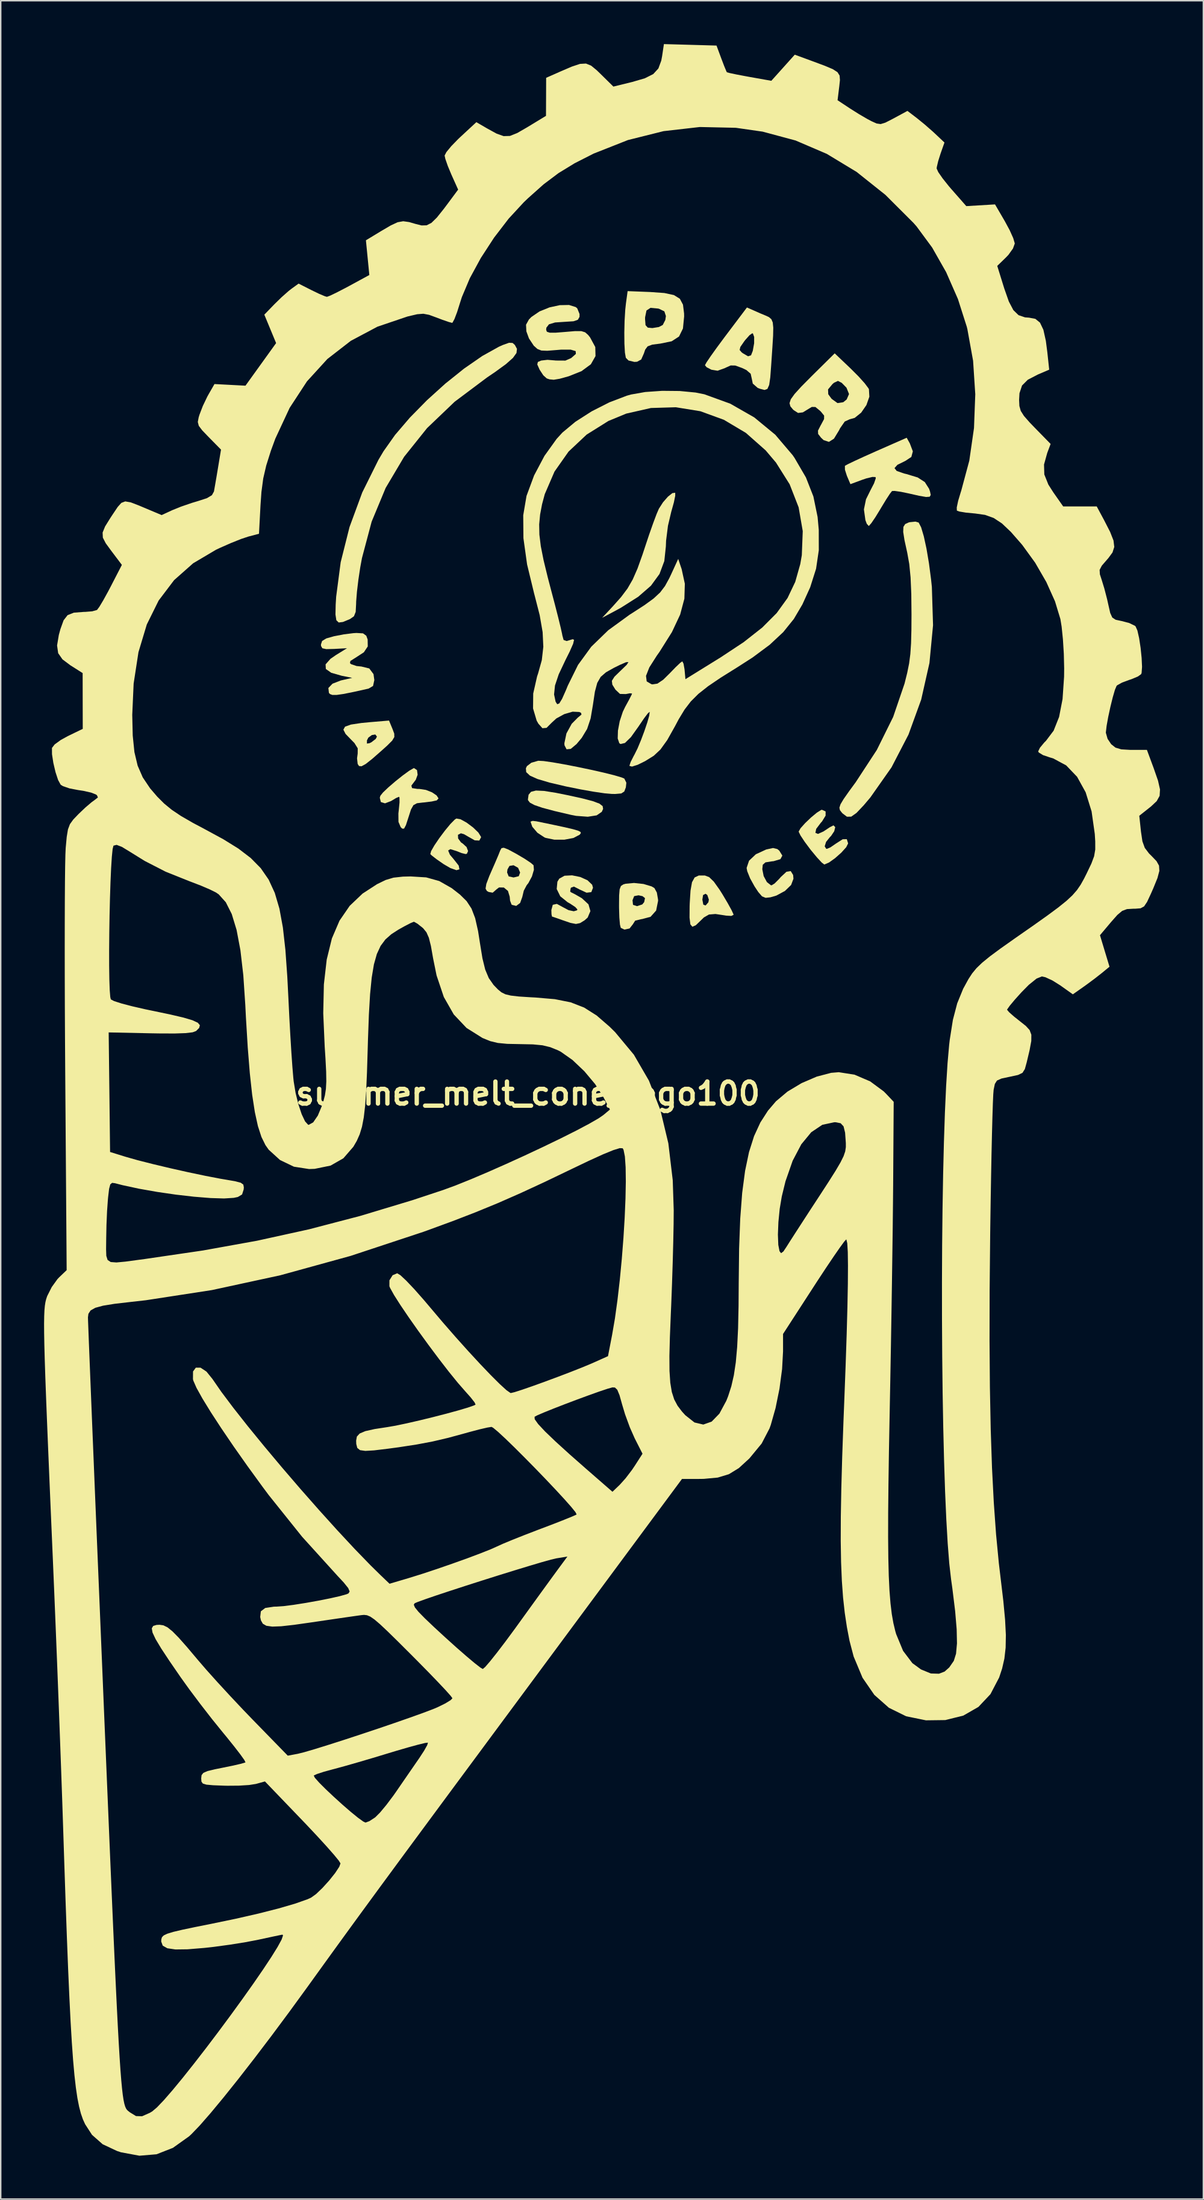
<source format=kicad_pcb>
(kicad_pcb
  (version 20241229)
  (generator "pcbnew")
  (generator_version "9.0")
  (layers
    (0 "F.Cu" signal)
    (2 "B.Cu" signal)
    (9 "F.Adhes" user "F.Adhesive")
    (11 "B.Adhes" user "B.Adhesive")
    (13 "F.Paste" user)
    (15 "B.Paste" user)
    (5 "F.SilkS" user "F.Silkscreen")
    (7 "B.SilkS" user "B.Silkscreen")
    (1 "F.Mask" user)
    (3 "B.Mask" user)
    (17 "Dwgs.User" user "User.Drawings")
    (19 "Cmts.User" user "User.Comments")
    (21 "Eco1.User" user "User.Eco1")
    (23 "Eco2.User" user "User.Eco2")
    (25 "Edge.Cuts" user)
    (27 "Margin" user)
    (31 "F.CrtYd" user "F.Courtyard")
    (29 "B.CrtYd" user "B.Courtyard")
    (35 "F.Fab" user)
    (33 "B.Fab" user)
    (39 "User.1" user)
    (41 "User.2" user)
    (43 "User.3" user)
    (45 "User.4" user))
  (footprint "summer_melt_cone_logo100"
    (layer "F.Cu")
    (at 33.48 72.609)
    (property "Reference" "summer_melt_cone_logo100" (at 0 0 0) (layer "F.SilkS") (effects (font (size 1.524 1.524) (thickness 0.3))))
    (attr board_only exclude_from_pos_files exclude_from_bom)
    (fp_poly (pts (xy 0.585 -18.838) (xy 1.727 -18.602) (xy 2.559 -18.424) (xy 3.126 -18.291) (xy 3.47 -18.19) (xy 3.635 -18.106) (xy 3.664 -18.026) (xy 3.602 -17.937) (xy 3.575 -17.909) (xy 3.151 -17.685) (xy 2.523 -17.567) (xy 1.833 -17.566) (xy 1.225 -17.692) (xy 1.14 -17.727) (xy 0.656 -18.047) (xy 0.301 -18.463) (xy 0.18 -18.816) (xy 0.329 -18.867)) (stroke (width 0) (type solid)) (fill yes) (layer "F.SilkS"))
    (fp_poly (pts (xy 1.112 -20.94) (xy 1.935 -20.809) (xy 2.726 -20.65) (xy 3.767 -20.422) (xy 4.493 -20.232) (xy 4.947 -20.062) (xy 5.17 -19.889) (xy 5.203 -19.696) (xy 5.112 -19.495) (xy 4.759 -19.25) (xy 4.145 -19.154) (xy 3.339 -19.214) (xy 2.972 -19.285) (xy 1.833 -19.552) (xy 1.008 -19.772) (xy 0.456 -19.96) (xy 0.136 -20.13) (xy 0.007 -20.298) (xy 0 -20.354) (xy 0.046 -20.678) (xy 0.215 -20.88) (xy 0.555 -20.966)) (stroke (width 0) (type solid)) (fill yes) (layer "F.SilkS"))
    (fp_poly (pts (xy 1.086 -23.007) (xy 1.71 -22.918) (xy 2.517 -22.777) (xy 3.427 -22.6) (xy 4.358 -22.405) (xy 5.232 -22.208) (xy 5.967 -22.025) (xy 6.483 -21.873) (xy 6.671 -21.794) (xy 6.811 -21.509) (xy 6.776 -21.186) (xy 6.668 -20.9) (xy 6.46 -20.765) (xy 6.043 -20.729) (xy 5.806 -20.732) (xy 5.3 -20.776) (xy 4.543 -20.887) (xy 3.637 -21.047) (xy 2.682 -21.24) (xy 2.642 -21.248) (xy 1.491 -21.518) (xy 0.667 -21.763) (xy 0.141 -21.998) (xy -0.119 -22.24) (xy -0.141 -22.505) (xy -0.069 -22.656) (xy 0.236 -22.89) (xy 0.706 -23.025) (xy 0.725 -23.027)) (stroke (width 0) (type solid)) (fill yes) (layer "F.SilkS"))
    (fp_poly (pts (xy 10.193 -41.359) (xy 10.1 -40.904) (xy 9.932 -40.299) (xy 9.92 -40.26) (xy 9.69 -39.282) (xy 9.56 -38.25) (xy 9.545 -37.856) (xy 9.438 -36.841) (xy 9.105 -35.949) (xy 8.514 -35.139) (xy 7.635 -34.375) (xy 6.437 -33.615) (xy 6.043 -33.4) (xy 5.134 -32.916) (xy 5.872 -33.707) (xy 6.446 -34.352) (xy 6.89 -34.942) (xy 7.251 -35.568) (xy 7.581 -36.32) (xy 7.929 -37.292) (xy 8.096 -37.798) (xy 8.388 -38.674) (xy 8.668 -39.469) (xy 8.903 -40.095) (xy 9.062 -40.464) (xy 9.348 -40.91) (xy 9.687 -41.297) (xy 9.996 -41.544) (xy 10.192 -41.569)) (stroke (width 0) (type solid)) (fill yes) (layer "F.SilkS"))
    (fp_poly (pts (xy -9.366 -25.217) (xy -9.25 -24.905) (xy -9.244 -24.669) (xy -9.391 -24.422) (xy -9.734 -24.079) (xy -10.1 -23.749) (xy -10.767 -23.164) (xy -11.222 -22.805) (xy -11.513 -22.646) (xy -11.686 -22.661) (xy -11.781 -22.806) (xy -11.824 -23.195) (xy -11.78 -23.522) (xy -11.777 -23.888) (xy -11.982 -24.216) (xy -11.14 -24.216) (xy -10.955 -24.244) (xy -10.825 -24.311) (xy -10.531 -24.538) (xy -10.448 -24.699) (xy -10.56 -24.845) (xy -10.804 -24.803) (xy -11.043 -24.625) (xy -11.138 -24.437) (xy -11.14 -24.216) (xy -11.982 -24.216) (xy -12.008 -24.257) (xy -12.23 -24.481) (xy -12.619 -24.885) (xy -12.769 -25.178) (xy -12.654 -25.386) (xy -12.248 -25.531) (xy -11.525 -25.64) (xy -10.904 -25.699) (xy -9.611 -25.808)) (stroke (width 0) (type solid)) (fill yes) (layer "F.SilkS"))
    (fp_poly (pts (xy 17.26 -16.918) (xy 17.395 -16.806) (xy 17.605 -16.466) (xy 17.473 -16.22) (xy 17.007 -16.081) (xy 16.874 -16.067) (xy 16.435 -15.997) (xy 16.251 -15.833) (xy 16.218 -15.526) (xy 16.313 -15.048) (xy 16.535 -14.634) (xy 16.808 -14.418) (xy 16.863 -14.41) (xy 17.069 -14.536) (xy 17.385 -14.853) (xy 17.492 -14.978) (xy 17.889 -15.347) (xy 18.186 -15.394) (xy 18.352 -15.123) (xy 18.374 -14.863) (xy 18.212 -14.434) (xy 17.786 -14.021) (xy 17.189 -13.699) (xy 16.778 -13.579) (xy 16.448 -13.544) (xy 16.199 -13.645) (xy 15.938 -13.947) (xy 15.681 -14.336) (xy 15.375 -14.889) (xy 15.176 -15.383) (xy 15.132 -15.611) (xy 15.302 -16.114) (xy 15.772 -16.558) (xy 16.482 -16.886) (xy 16.488 -16.888) (xy 16.961 -16.991)) (stroke (width 0) (type solid)) (fill yes) (layer "F.SilkS"))
    (fp_poly (pts (xy 12.246 -15.089) (xy 12.541 -14.976) (xy 12.865 -14.663) (xy 13.267 -14.098) (xy 13.462 -13.788) (xy 13.819 -13.186) (xy 14.088 -12.698) (xy 14.224 -12.406) (xy 14.231 -12.371) (xy 14.078 -12.292) (xy 13.704 -12.314) (xy 13.646 -12.325) (xy 12.976 -12.426) (xy 12.527 -12.389) (xy 12.178 -12.189) (xy 11.973 -11.989) (xy 11.616 -11.646) (xy 11.378 -11.543) (xy 11.24 -11.71) (xy 11.183 -12.174) (xy 11.189 -12.962) (xy 11.196 -13.157) (xy 11.212 -13.421) (xy 12.07 -13.421) (xy 12.138 -13.07) (xy 12.295 -13.015) (xy 12.486 -13.235) (xy 12.52 -13.421) (xy 12.414 -13.736) (xy 12.295 -13.826) (xy 12.12 -13.737) (xy 12.07 -13.421) (xy 11.212 -13.421) (xy 11.251 -14.042) (xy 11.354 -14.623) (xy 11.536 -14.954) (xy 11.826 -15.09)) (stroke (width 0) (type solid)) (fill yes) (layer "F.SilkS"))
    (fp_poly (pts (xy 7.998 -14.502) (xy 8.555 -14.336) (xy 8.753 -14.218) (xy 8.922 -13.908) (xy 9.005 -13.422) (xy 9.007 -13.336) (xy 8.872 -12.664) (xy 8.486 -12.231) (xy 7.881 -12.07) (xy 7.85 -12.07) (xy 7.421 -11.965) (xy 7.258 -11.709) (xy 7.033 -11.423) (xy 6.676 -11.348) (xy 6.425 -11.469) (xy 6.368 -11.695) (xy 6.326 -12.184) (xy 6.306 -12.841) (xy 6.305 -12.997) (xy 6.308 -13.376) (xy 7.238 -13.376) (xy 7.272 -13.059) (xy 7.549 -12.97) (xy 7.559 -12.97) (xy 7.912 -13.087) (xy 8.044 -13.248) (xy 8.101 -13.523) (xy 7.93 -13.659) (xy 7.656 -13.719) (xy 7.352 -13.662) (xy 7.238 -13.376) (xy 6.308 -13.376) (xy 6.311 -13.704) (xy 6.346 -14.132) (xy 6.434 -14.361) (xy 6.6 -14.472) (xy 6.765 -14.52) (xy 7.344 -14.572)) (stroke (width 0) (type solid)) (fill yes) (layer "F.SilkS"))
    (fp_poly (pts (xy -4.666 -18.981) (xy -4.244 -18.748) (xy -3.795 -18.413) (xy -3.427 -18.058) (xy -3.247 -17.765) (xy -3.243 -17.729) (xy -3.365 -17.506) (xy -3.68 -17.522) (xy -4.064 -17.738) (xy -4.425 -17.948) (xy -4.639 -18.008) (xy -4.841 -17.902) (xy -4.829 -17.65) (xy -4.629 -17.378) (xy -4.504 -17.294) (xy -4.246 -17.057) (xy -4.141 -16.78) (xy -4.223 -16.593) (xy -4.315 -16.573) (xy -4.594 -16.642) (xy -4.946 -16.782) (xy -5.366 -16.912) (xy -5.52 -16.817) (xy -5.398 -16.527) (xy -5.131 -16.21) (xy -4.79 -15.775) (xy -4.738 -15.518) (xy -4.942 -15.455) (xy -5.367 -15.603) (xy -5.82 -15.867) (xy -6.3 -16.199) (xy -6.645 -16.465) (xy -6.754 -16.571) (xy -6.699 -16.778) (xy -6.471 -17.174) (xy -6.132 -17.674) (xy -5.743 -18.194) (xy -5.367 -18.649) (xy -5.065 -18.956) (xy -4.952 -19.031)) (stroke (width 0) (type solid)) (fill yes) (layer "F.SilkS"))
    (fp_poly (pts (xy -7.674 -22.379) (xy -7.632 -22.06) (xy -7.76 -21.71) (xy -7.814 -21.641) (xy -8.064 -21.308) (xy -8.017 -21.136) (xy -7.647 -21.079) (xy -7.496 -21.077) (xy -7.055 -21.009) (xy -6.636 -20.842) (xy -6.32 -20.629) (xy -6.186 -20.424) (xy -6.305 -20.286) (xy -6.656 -20.209) (xy -7.173 -20.145) (xy -7.275 -20.137) (xy -7.678 -20.088) (xy -7.922 -19.957) (xy -8.091 -19.655) (xy -8.266 -19.113) (xy -8.441 -18.575) (xy -8.57 -18.332) (xy -8.698 -18.33) (xy -8.806 -18.439) (xy -8.957 -18.796) (xy -8.963 -19.375) (xy -8.934 -19.637) (xy -8.884 -20.148) (xy -8.888 -20.473) (xy -8.917 -20.536) (xy -9.126 -20.447) (xy -9.473 -20.239) (xy -9.889 -20.081) (xy -10.176 -20.171) (xy -10.25 -20.466) (xy -10.211 -20.604) (xy -10.032 -20.83) (xy -9.656 -21.187) (xy -9.17 -21.605) (xy -8.661 -22.011) (xy -8.216 -22.335) (xy -7.922 -22.507) (xy -7.876 -22.518)) (stroke (width 0) (type solid)) (fill yes) (layer "F.SilkS"))
    (fp_poly (pts (xy -1.06 -51.932) (xy -0.904 -51.794) (xy -0.758 -51.525) (xy -0.791 -51.239) (xy -1.034 -50.9) (xy -1.514 -50.474) (xy -2.263 -49.928) (xy -2.836 -49.539) (xy -5.069 -47.866) (xy -6.978 -46.041) (xy -8.567 -44.056) (xy -9.844 -41.902) (xy -10.814 -39.568) (xy -11.484 -37.047) (xy -11.603 -36.402) (xy -11.732 -35.545) (xy -11.831 -34.716) (xy -11.884 -34.051) (xy -11.889 -33.864) (xy -11.918 -33.326) (xy -12.038 -33.024) (xy -12.303 -32.836) (xy -12.348 -32.815) (xy -12.799 -32.629) (xy -13.093 -32.592) (xy -13.257 -32.75) (xy -13.317 -33.148) (xy -13.302 -33.833) (xy -13.269 -34.376) (xy -12.956 -36.762) (xy -12.344 -39.199) (xy -11.463 -41.591) (xy -10.344 -43.845) (xy -9.991 -44.441) (xy -9.193 -45.57) (xy -8.17 -46.765) (xy -6.988 -47.968) (xy -5.715 -49.12) (xy -4.416 -50.16) (xy -3.159 -51.03) (xy -2.01 -51.67) (xy -1.738 -51.791) (xy -1.305 -51.945)) (stroke (width 0) (type solid)) (fill yes) (layer "F.SilkS"))
    (fp_poly (pts (xy 8.475 -55.456) (xy 9.441 -55.387) (xy 10.102 -55.245) (xy 10.514 -54.989) (xy 10.73 -54.581) (xy 10.805 -53.98) (xy 10.809 -53.764) (xy 10.728 -52.933) (xy 10.457 -52.379) (xy 9.947 -52.048) (xy 9.164 -51.888) (xy 8.597 -51.814) (xy 8.283 -51.697) (xy 8.115 -51.471) (xy 8.024 -51.205) (xy 7.841 -50.789) (xy 7.557 -50.633) (xy 7.368 -50.62) (xy 6.96 -50.718) (xy 6.775 -50.905) (xy 6.712 -51.266) (xy 6.677 -51.883) (xy 6.67 -52.652) (xy 6.689 -53.469) (xy 6.696 -53.582) (xy 8.106 -53.582) (xy 8.139 -53.162) (xy 8.296 -52.992) (xy 8.611 -52.962) (xy 9.061 -53.035) (xy 9.331 -53.178) (xy 9.508 -53.525) (xy 9.548 -53.794) (xy 9.44 -54.12) (xy 9.066 -54.299) (xy 9.011 -54.312) (xy 8.483 -54.361) (xy 8.204 -54.178) (xy 8.109 -53.714) (xy 8.106 -53.582) (xy 6.696 -53.582) (xy 6.735 -54.231) (xy 6.782 -54.665) (xy 6.899 -55.518)) (stroke (width 0) (type solid)) (fill yes) (layer "F.SilkS"))
    (fp_poly (pts (xy 3.622 -14.985) (xy 4.122 -14.759) (xy 4.444 -14.451) (xy 4.504 -14.24) (xy 4.386 -13.938) (xy 4.058 -13.899) (xy 3.558 -14.129) (xy 3.523 -14.151) (xy 3.181 -14.322) (xy 2.988 -14.251) (xy 2.957 -14.207) (xy 2.924 -13.978) (xy 2.985 -13.926) (xy 3.238 -13.801) (xy 3.649 -13.566) (xy 3.738 -13.513) (xy 4.19 -13.094) (xy 4.324 -12.626) (xy 4.133 -12.177) (xy 3.923 -11.99) (xy 3.608 -11.796) (xy 3.322 -11.736) (xy 2.941 -11.811) (xy 2.432 -11.985) (xy 1.98 -12.145) (xy 1.702 -12.238) (xy 1.666 -12.247) (xy 1.632 -12.404) (xy 1.621 -12.7) (xy 1.72 -13.063) (xy 2.003 -13.124) (xy 2.443 -12.886) (xy 2.812 -12.691) (xy 3.175 -12.616) (xy 3.4 -12.68) (xy 3.422 -12.745) (xy 3.278 -12.905) (xy 2.916 -13.146) (xy 2.747 -13.24) (xy 2.238 -13.651) (xy 1.992 -14.154) (xy 2.04 -14.66) (xy 2.171 -14.873) (xy 2.534 -15.073) (xy 3.055 -15.1)) (stroke (width 0) (type solid)) (fill yes) (layer "F.SilkS"))
    (fp_poly (pts (xy -1.367 -16.891) (xy -0.839 -16.607) (xy -0.765 -16.565) (xy -0.215 -16.24) (xy 0.203 -15.96) (xy 0.389 -15.798) (xy 0.415 -15.485) (xy 0.279 -15.025) (xy 0.032 -14.565) (xy -0.088 -14.412) (xy -0.286 -14.038) (xy -0.39 -13.602) (xy -0.539 -13.188) (xy -0.81 -12.985) (xy -1.107 -13.058) (xy -1.135 -13.084) (xy -1.235 -13.348) (xy -1.261 -13.624) (xy -1.382 -14.022) (xy -1.667 -14.257) (xy -1.999 -14.262) (xy -2.165 -14.137) (xy -2.437 -13.9) (xy -2.72 -13.95) (xy -2.841 -14.021) (xy -2.931 -14.181) (xy -2.879 -14.504) (xy -2.671 -15.054) (xy -2.563 -15.301) (xy -1.441 -15.301) (xy -1.33 -15.026) (xy -0.991 -14.952) (xy -0.634 -15.04) (xy -0.54 -15.293) (xy -0.681 -15.622) (xy -0.994 -15.798) (xy -1.277 -15.752) (xy -1.415 -15.508) (xy -1.441 -15.301) (xy -2.563 -15.301) (xy -2.553 -15.325) (xy -2.276 -15.956) (xy -2.047 -16.493) (xy -1.919 -16.815) (xy -1.83 -16.979) (xy -1.672 -17.01)) (stroke (width 0) (type solid)) (fill yes) (layer "F.SilkS"))
    (fp_poly (pts (xy 20.599 -19.522) (xy 20.598 -19.23) (xy 20.351 -18.828) (xy 20.266 -18.735) (xy 19.948 -18.314) (xy 19.892 -18.04) (xy 20.071 -17.965) (xy 20.461 -18.142) (xy 20.532 -18.191) (xy 20.902 -18.435) (xy 21.136 -18.553) (xy 21.149 -18.555) (xy 21.265 -18.433) (xy 21.195 -18.15) (xy 20.978 -17.825) (xy 20.896 -17.744) (xy 20.631 -17.412) (xy 20.536 -17.107) (xy 20.638 -16.94) (xy 20.692 -16.933) (xy 20.93 -17.035) (xy 21.291 -17.282) (xy 21.306 -17.294) (xy 21.783 -17.597) (xy 22.065 -17.602) (xy 22.157 -17.309) (xy 22.023 -17.043) (xy 21.688 -16.673) (xy 21.257 -16.29) (xy 20.833 -15.987) (xy 20.519 -15.853) (xy 20.503 -15.852) (xy 20.331 -15.984) (xy 20.007 -16.332) (xy 19.599 -16.824) (xy 19.548 -16.888) (xy 19.15 -17.422) (xy 18.86 -17.86) (xy 18.736 -18.116) (xy 18.735 -18.128) (xy 18.862 -18.355) (xy 19.178 -18.709) (xy 19.586 -19.099) (xy 19.988 -19.433) (xy 20.286 -19.621) (xy 20.346 -19.635)) (stroke (width 0) (type solid)) (fill yes) (layer "F.SilkS"))
    (fp_poly (pts (xy -11.41 -31.841) (xy -11.186 -31.678) (xy -11.09 -31.418) (xy -11.082 -30.936) (xy -11.352 -30.532) (xy -11.942 -30.147) (xy -11.948 -30.144) (xy -12.284 -29.932) (xy -12.314 -29.778) (xy -12.231 -29.708) (xy -11.86 -29.582) (xy -11.52 -29.546) (xy -10.977 -29.413) (xy -10.685 -29.022) (xy -10.628 -28.61) (xy -10.717 -28.201) (xy -11.028 -28.018) (xy -11.034 -28.017) (xy -12.045 -27.792) (xy -12.762 -27.648) (xy -13.24 -27.58) (xy -13.535 -27.581) (xy -13.701 -27.645) (xy -13.771 -27.726) (xy -13.808 -28.061) (xy -13.523 -28.358) (xy -12.955 -28.579) (xy -12.915 -28.589) (xy -12.16 -28.762) (xy -12.88 -28.906) (xy -13.609 -29.114) (xy -13.983 -29.376) (xy -14.001 -29.696) (xy -13.665 -30.077) (xy -13.285 -30.34) (xy -12.52 -30.812) (xy -13.421 -30.763) (xy -13.958 -30.751) (xy -14.227 -30.81) (xy -14.316 -30.972) (xy -14.321 -31.073) (xy -14.242 -31.313) (xy -13.954 -31.49) (xy -13.421 -31.641) (xy -12.74 -31.772) (xy -12.08 -31.855) (xy -11.864 -31.868)) (stroke (width 0) (type solid)) (fill yes) (layer "F.SilkS"))
    (fp_poly (pts (xy 27.038 -39.506) (xy 27.209 -39.177) (xy 27.394 -38.554) (xy 27.579 -37.702) (xy 27.751 -36.684) (xy 27.897 -35.567) (xy 27.951 -35.054) (xy 28.033 -32.403) (xy 27.784 -29.791) (xy 27.213 -27.257) (xy 26.334 -24.837) (xy 25.158 -22.569) (xy 23.697 -20.491) (xy 23.235 -19.945) (xy 22.734 -19.416) (xy 22.371 -19.16) (xy 22.075 -19.155) (xy 21.779 -19.378) (xy 21.715 -19.447) (xy 21.59 -19.608) (xy 21.553 -19.779) (xy 21.629 -20.017) (xy 21.846 -20.38) (xy 22.23 -20.927) (xy 22.681 -21.542) (xy 24.142 -23.775) (xy 25.273 -26.058) (xy 26.059 -28.361) (xy 26.062 -28.372) (xy 26.246 -29.11) (xy 26.377 -29.76) (xy 26.462 -30.413) (xy 26.512 -31.162) (xy 26.536 -32.099) (xy 26.542 -33.146) (xy 26.528 -34.576) (xy 26.478 -35.717) (xy 26.388 -36.635) (xy 26.251 -37.401) (xy 26.244 -37.436) (xy 26.057 -38.288) (xy 25.968 -38.857) (xy 25.982 -39.207) (xy 26.105 -39.403) (xy 26.341 -39.511) (xy 26.417 -39.532) (xy 26.818 -39.572)) (stroke (width 0) (type solid)) (fill yes) (layer "F.SilkS"))
    (fp_poly (pts (xy 26.429 -44.979) (xy 26.635 -44.434) (xy 26.532 -44.046) (xy 26.127 -43.777) (xy 25.568 -43.501) (xy 25.365 -43.273) (xy 25.519 -43.077) (xy 26.032 -42.9) (xy 26.199 -42.861) (xy 26.97 -42.627) (xy 27.463 -42.308) (xy 27.759 -41.842) (xy 27.823 -41.658) (xy 27.873 -41.419) (xy 27.802 -41.293) (xy 27.551 -41.276) (xy 27.062 -41.36) (xy 26.396 -41.511) (xy 25.81 -41.633) (xy 25.372 -41.695) (xy 25.196 -41.688) (xy 25.052 -41.506) (xy 24.783 -41.094) (xy 24.444 -40.536) (xy 24.389 -40.442) (xy 24.045 -39.88) (xy 23.763 -39.466) (xy 23.596 -39.276) (xy 23.582 -39.271) (xy 23.447 -39.422) (xy 23.352 -39.676) (xy 23.25 -40.417) (xy 23.394 -41.117) (xy 23.705 -41.746) (xy 23.949 -42.217) (xy 24.067 -42.557) (xy 24.058 -42.654) (xy 23.839 -42.663) (xy 23.406 -42.558) (xy 23.131 -42.465) (xy 22.316 -42.163) (xy 22.07 -42.743) (xy 21.937 -43.159) (xy 21.933 -43.421) (xy 21.945 -43.438) (xy 22.149 -43.55) (xy 22.615 -43.774) (xy 23.277 -44.078) (xy 24.067 -44.431) (xy 24.139 -44.463) (xy 26.21 -45.374)) (stroke (width 0) (type solid)) (fill yes) (layer "F.SilkS"))
    (fp_poly (pts (xy 16.089 -53.975) (xy 16.431 -53.834) (xy 16.679 -53.719) (xy 16.845 -53.576) (xy 16.941 -53.351) (xy 16.977 -52.989) (xy 16.966 -52.437) (xy 16.917 -51.639) (xy 16.843 -50.541) (xy 16.833 -50.395) (xy 16.771 -49.557) (xy 16.694 -49.026) (xy 16.572 -48.752) (xy 16.372 -48.68) (xy 16.065 -48.759) (xy 15.898 -48.824) (xy 15.559 -49.121) (xy 15.492 -49.452) (xy 15.413 -49.802) (xy 15.116 -50.059) (xy 14.817 -50.201) (xy 14.35 -50.37) (xy 14.029 -50.376) (xy 13.678 -50.218) (xy 13.642 -50.197) (xy 13.125 -50.011) (xy 12.696 -50.081) (xy 12.364 -50.254) (xy 12.25 -50.393) (xy 12.353 -50.582) (xy 12.634 -50.999) (xy 12.954 -51.447) (xy 14.649 -51.447) (xy 14.792 -51.28) (xy 14.87 -51.222) (xy 15.233 -51.009) (xy 15.438 -51.077) (xy 15.559 -51.385) (xy 15.653 -51.909) (xy 15.655 -52.347) (xy 15.569 -52.586) (xy 15.526 -52.601) (xy 15.335 -52.47) (xy 15.043 -52.142) (xy 14.959 -52.033) (xy 14.7 -51.657) (xy 14.649 -51.447) (xy 12.954 -51.447) (xy 13.055 -51.588) (xy 13.574 -52.29) (xy 13.702 -52.46) (xy 15.155 -54.386)) (stroke (width 0) (type solid)) (fill yes) (layer "F.SilkS"))
    (fp_poly (pts (xy 22.344 -50.151) (xy 22.874 -49.62) (xy 23.305 -49.141) (xy 23.563 -48.796) (xy 23.597 -48.728) (xy 23.626 -48.213) (xy 23.423 -47.636) (xy 23.061 -47.111) (xy 22.611 -46.748) (xy 22.261 -46.65) (xy 21.924 -46.497) (xy 21.597 -46.026) (xy 21.527 -45.885) (xy 21.177 -45.31) (xy 20.828 -45.088) (xy 20.461 -45.21) (xy 20.283 -45.377) (xy 20.081 -45.637) (xy 20.071 -45.867) (xy 20.253 -46.225) (xy 20.288 -46.285) (xy 20.492 -46.667) (xy 20.496 -46.906) (xy 20.285 -47.167) (xy 20.213 -47.24) (xy 19.892 -47.502) (xy 19.642 -47.505) (xy 19.498 -47.419) (xy 19.026 -47.13) (xy 18.693 -47.089) (xy 18.387 -47.286) (xy 18.341 -47.33) (xy 18.162 -47.546) (xy 18.102 -47.766) (xy 18.189 -48.035) (xy 18.451 -48.401) (xy 18.739 -48.718) (xy 20.768 -48.718) (xy 20.782 -48.384) (xy 21.014 -48.067) (xy 21.421 -47.772) (xy 21.817 -47.831) (xy 22.054 -48.02) (xy 22.219 -48.398) (xy 22.042 -48.838) (xy 21.714 -49.173) (xy 21.453 -49.306) (xy 21.183 -49.18) (xy 21.073 -49.086) (xy 20.768 -48.718) (xy 18.739 -48.718) (xy 18.914 -48.911) (xy 19.607 -49.61) (xy 19.789 -49.791) (xy 21.228 -51.213)) (stroke (width 0) (type solid)) (fill yes) (layer "F.SilkS"))
    (fp_poly (pts (xy 3.313 -54.413) (xy 3.416 -54.321) (xy 3.572 -53.934) (xy 3.57 -53.736) (xy 3.455 -53.535) (xy 3.154 -53.432) (xy 2.595 -53.397) (xy 1.877 -53.349) (xy 1.457 -53.222) (xy 1.278 -52.991) (xy 1.261 -52.846) (xy 1.312 -52.707) (xy 1.513 -52.642) (xy 1.934 -52.643) (xy 2.584 -52.695) (xy 3.268 -52.752) (xy 3.694 -52.751) (xy 3.959 -52.669) (xy 4.165 -52.486) (xy 4.296 -52.325) (xy 4.661 -51.651) (xy 4.677 -51.023) (xy 4.356 -50.459) (xy 3.707 -49.98) (xy 2.825 -49.629) (xy 2.195 -49.454) (xy 1.789 -49.387) (xy 1.492 -49.415) (xy 1.302 -49.479) (xy 1.063 -49.694) (xy 0.809 -50.082) (xy 0.808 -50.084) (xy 0.647 -50.444) (xy 0.688 -50.616) (xy 0.918 -50.715) (xy 1.352 -50.765) (xy 1.892 -50.721) (xy 1.922 -50.716) (xy 2.594 -50.712) (xy 2.993 -50.887) (xy 3.318 -51.172) (xy 3.304 -51.368) (xy 2.961 -51.469) (xy 2.302 -51.47) (xy 1.996 -51.444) (xy 1.339 -51.392) (xy 0.93 -51.408) (xy 0.658 -51.515) (xy 0.415 -51.733) (xy 0.401 -51.747) (xy 0.072 -52.244) (xy -0.108 -52.735) (xy -0.131 -53.195) (xy 0.072 -53.56) (xy 0.243 -53.732) (xy 0.803 -54.114) (xy 1.49 -54.392) (xy 2.204 -54.547) (xy 2.845 -54.56)) (stroke (width 0) (type solid)) (fill yes) (layer "F.SilkS"))
    (fp_poly (pts (xy 10.501 -48.608) (xy 11.607 -48.502) (xy 12.208 -48.381) (xy 14.005 -47.729) (xy 15.66 -46.783) (xy 17.116 -45.583) (xy 18.319 -44.169) (xy 18.449 -43.979) (xy 19.237 -42.628) (xy 19.753 -41.313) (xy 20.044 -39.897) (xy 20.125 -39.001) (xy 20.128 -37.593) (xy 19.939 -36.311) (xy 19.532 -35.029) (xy 18.994 -33.844) (xy 18.4 -32.836) (xy 17.665 -31.924) (xy 16.734 -31.055) (xy 15.552 -30.176) (xy 14.466 -29.479) (xy 13.335 -28.772) (xy 12.464 -28.181) (xy 11.796 -27.653) (xy 11.273 -27.133) (xy 10.839 -26.567) (xy 10.435 -25.901) (xy 10.172 -25.406) (xy 9.642 -24.462) (xy 9.17 -23.805) (xy 8.714 -23.378) (xy 8.683 -23.357) (xy 8.104 -22.998) (xy 7.585 -22.744) (xy 7.201 -22.624) (xy 7.028 -22.671) (xy 7.026 -22.692) (xy 7.109 -22.944) (xy 7.317 -23.355) (xy 7.372 -23.453) (xy 7.582 -23.875) (xy 7.822 -24.449) (xy 8.059 -25.082) (xy 8.261 -25.681) (xy 8.394 -26.15) (xy 8.425 -26.397) (xy 8.418 -26.409) (xy 8.296 -26.304) (xy 8.037 -25.963) (xy 7.695 -25.46) (xy 7.659 -25.405) (xy 7.129 -24.663) (xy 6.713 -24.257) (xy 6.408 -24.185) (xy 6.324 -24.24) (xy 6.213 -24.567) (xy 6.229 -25.112) (xy 6.352 -25.765) (xy 6.566 -26.415) (xy 6.727 -26.751) (xy 6.992 -27.237) (xy 7.166 -27.578) (xy 7.206 -27.678) (xy 7.057 -27.694) (xy 6.776 -27.641) (xy 6.371 -27.65) (xy 6.055 -27.948) (xy 5.841 -28.293) (xy 5.808 -28.556) (xy 5.987 -28.841) (xy 6.407 -29.251) (xy 6.44 -29.281) (xy 6.835 -29.665) (xy 6.957 -29.853) (xy 6.798 -29.847) (xy 6.346 -29.652) (xy 5.945 -29.453) (xy 5.402 -29.148) (xy 5.035 -28.829) (xy 4.796 -28.412) (xy 4.635 -27.809) (xy 4.504 -26.936) (xy 4.5 -26.905) (xy 4.338 -25.951) (xy 4.096 -25.228) (xy 3.722 -24.609) (xy 3.367 -24.184) (xy 2.965 -23.848) (xy 2.674 -23.82) (xy 2.531 -24.097) (xy 2.522 -24.238) (xy 2.665 -24.918) (xy 3.03 -25.585) (xy 3.453 -26.013) (xy 3.708 -26.224) (xy 3.672 -26.346) (xy 3.551 -26.401) (xy 3.094 -26.422) (xy 2.517 -26.254) (xy 1.966 -25.954) (xy 1.643 -25.657) (xy 1.29 -25.303) (xy 1.003 -25.279) (xy 0.722 -25.595) (xy 0.604 -25.805) (xy 0.356 -26.643) (xy 0.366 -27.678) (xy 0.633 -28.857) (xy 0.706 -29.076) (xy 0.961 -29.987) (xy 1.066 -30.912) (xy 1.018 -31.925) (xy 0.814 -33.103) (xy 0.45 -34.522) (xy 0.432 -34.587) (xy -0.058 -36.61) (xy -0.311 -38.424) (xy -0.319 -39.38) (xy 0.779 -39.38) (xy 0.793 -38.673) (xy 0.892 -37.869) (xy 1.084 -36.901) (xy 1.376 -35.7) (xy 1.621 -34.767) (xy 1.873 -33.813) (xy 2.093 -32.952) (xy 2.263 -32.257) (xy 2.364 -31.805) (xy 2.381 -31.705) (xy 2.469 -31.384) (xy 2.679 -31.309) (xy 3.096 -31.436) (xy 3.193 -31.395) (xy 3.128 -31.119) (xy 2.89 -30.579) (xy 2.601 -30.001) (xy 2.132 -29.007) (xy 1.873 -28.233) (xy 1.81 -27.614) (xy 1.915 -27.114) (xy 2.028 -26.938) (xy 2.168 -26.992) (xy 2.362 -27.308) (xy 2.635 -27.921) (xy 2.758 -28.223) (xy 3.466 -29.657) (xy 4.383 -30.916) (xy 5.557 -32.055) (xy 7.037 -33.131) (xy 7.206 -33.238) (xy 8.077 -33.801) (xy 8.702 -34.257) (xy 9.149 -34.672) (xy 9.485 -35.115) (xy 9.78 -35.653) (xy 9.909 -35.925) (xy 10.399 -36.992) (xy 10.638 -36.285) (xy 10.858 -35.275) (xy 10.827 -34.24) (xy 10.534 -33.139) (xy 9.966 -31.93) (xy 9.113 -30.572) (xy 8.91 -30.284) (xy 8.401 -29.485) (xy 8.171 -28.9) (xy 8.219 -28.517) (xy 8.544 -28.326) (xy 8.62 -28.312) (xy 8.961 -28.363) (xy 9.368 -28.639) (xy 9.813 -29.078) (xy 10.229 -29.508) (xy 10.546 -29.807) (xy 10.684 -29.904) (xy 10.767 -29.745) (xy 10.836 -29.357) (xy 10.843 -29.287) (xy 10.899 -28.671) (xy 13.33 -30.176) (xy 14.93 -31.233) (xy 16.214 -32.243) (xy 17.215 -33.247) (xy 17.965 -34.286) (xy 18.497 -35.402) (xy 18.846 -36.636) (xy 18.952 -37.249) (xy 19.017 -38.915) (xy 18.732 -40.561) (xy 18.111 -42.153) (xy 17.164 -43.658) (xy 16.449 -44.501) (xy 15.082 -45.71) (xy 13.562 -46.615) (xy 11.932 -47.209) (xy 10.235 -47.484) (xy 8.511 -47.432) (xy 6.805 -47.045) (xy 5.57 -46.535) (xy 4.065 -45.594) (xy 2.813 -44.417) (xy 1.839 -43.033) (xy 1.165 -41.471) (xy 0.978 -40.772) (xy 0.843 -40.058) (xy 0.779 -39.38) (xy -0.319 -39.38) (xy -0.325 -40.009) (xy -0.098 -41.347) (xy -0.096 -41.354) (xy 0.428 -42.768) (xy 1.145 -44.122) (xy 1.986 -45.295) (xy 2.388 -45.734) (xy 3.284 -46.479) (xy 4.409 -47.2) (xy 5.637 -47.824) (xy 6.839 -48.282) (xy 7.127 -48.364) (xy 8.115 -48.538) (xy 9.289 -48.62)) (stroke (width 0) (type solid)) (fill yes) (layer "F.SilkS"))
    (fp_poly (pts (xy 11.23 -72.558) (xy 13.05 -72.507) (xy 13.383 -71.609) (xy 13.578 -71.097) (xy 13.722 -70.749) (xy 13.767 -70.659) (xy 13.956 -70.607) (xy 14.414 -70.51) (xy 15.057 -70.388) (xy 15.331 -70.338) (xy 16.843 -70.069) (xy 17.654 -70.972) (xy 18.465 -71.876) (xy 19.7 -71.422) (xy 20.539 -71.11) (xy 21.094 -70.876) (xy 21.419 -70.667) (xy 21.567 -70.432) (xy 21.591 -70.121) (xy 21.544 -69.683) (xy 21.54 -69.654) (xy 21.426 -68.724) (xy 22.287 -68.155) (xy 22.897 -67.77) (xy 23.498 -67.42) (xy 23.766 -67.278) (xy 24.126 -67.115) (xy 24.407 -67.075) (xy 24.735 -67.175) (xy 25.237 -67.432) (xy 25.323 -67.478) (xy 26.262 -67.986) (xy 26.895 -67.503) (xy 27.439 -67.062) (xy 28.021 -66.553) (xy 28.176 -66.409) (xy 28.823 -65.799) (xy 28.553 -65.032) (xy 28.387 -64.505) (xy 28.291 -64.094) (xy 28.282 -64) (xy 28.395 -63.751) (xy 28.696 -63.317) (xy 29.128 -62.776) (xy 29.308 -62.567) (xy 30.334 -61.399) (xy 32.322 -61.518) (xy 33.004 -60.348) (xy 33.338 -59.728) (xy 33.581 -59.186) (xy 33.686 -58.829) (xy 33.687 -58.807) (xy 33.563 -58.464) (xy 33.251 -58.03) (xy 33.081 -57.85) (xy 32.476 -57.263) (xy 32.962 -55.698) (xy 33.278 -54.799) (xy 33.591 -54.203) (xy 33.949 -53.856) (xy 34.396 -53.703) (xy 34.677 -53.682) (xy 35.113 -53.6) (xy 35.434 -53.337) (xy 35.668 -52.845) (xy 35.839 -52.076) (xy 35.941 -51.289) (xy 36.07 -50.084) (xy 35.281 -49.746) (xy 34.591 -49.388) (xy 34.191 -48.988) (xy 34.014 -48.455) (xy 33.987 -47.988) (xy 34.007 -47.571) (xy 34.102 -47.233) (xy 34.324 -46.882) (xy 34.722 -46.429) (xy 35.077 -46.061) (xy 36.168 -44.945) (xy 35.932 -44.315) (xy 35.712 -43.521) (xy 35.732 -42.835) (xy 36.011 -42.137) (xy 36.354 -41.598) (xy 37.039 -40.622) (xy 39.36 -40.622) (xy 39.87 -39.672) (xy 40.288 -38.855) (xy 40.52 -38.264) (xy 40.573 -37.819) (xy 40.452 -37.439) (xy 40.163 -37.045) (xy 40.072 -36.942) (xy 39.712 -36.525) (xy 39.559 -36.233) (xy 39.577 -35.928) (xy 39.702 -35.544) (xy 39.886 -34.943) (xy 40.077 -34.206) (xy 40.162 -33.824) (xy 40.293 -33.251) (xy 40.435 -32.937) (xy 40.665 -32.784) (xy 41.063 -32.697) (xy 41.086 -32.693) (xy 41.608 -32.556) (xy 41.997 -32.368) (xy 42.047 -32.325) (xy 42.173 -32.04) (xy 42.294 -31.506) (xy 42.396 -30.834) (xy 42.467 -30.136) (xy 42.495 -29.523) (xy 42.465 -29.106) (xy 42.434 -29.019) (xy 42.2 -28.853) (xy 41.759 -28.669) (xy 41.603 -28.618) (xy 41.115 -28.438) (xy 40.781 -28.253) (xy 40.734 -28.208) (xy 40.618 -27.934) (xy 40.467 -27.413) (xy 40.304 -26.751) (xy 40.154 -26.056) (xy 40.042 -25.435) (xy 39.992 -24.996) (xy 39.991 -24.962) (xy 40.111 -24.543) (xy 40.359 -24.173) (xy 40.657 -23.936) (xy 41.059 -23.816) (xy 41.684 -23.779) (xy 41.779 -23.779) (xy 42.832 -23.779) (xy 43.303 -22.507) (xy 43.6 -21.652) (xy 43.738 -21.043) (xy 43.711 -20.599) (xy 43.51 -20.236) (xy 43.127 -19.875) (xy 43.039 -19.804) (xy 42.304 -19.222) (xy 42.421 -18.123) (xy 42.52 -17.454) (xy 42.684 -17) (xy 42.978 -16.613) (xy 43.172 -16.421) (xy 43.496 -16.083) (xy 43.67 -15.772) (xy 43.693 -15.409) (xy 43.562 -14.914) (xy 43.276 -14.209) (xy 43.107 -13.826) (xy 42.844 -13.262) (xy 42.637 -12.952) (xy 42.394 -12.82) (xy 42.028 -12.791) (xy 41.887 -12.79) (xy 41.452 -12.764) (xy 41.12 -12.641) (xy 40.783 -12.357) (xy 40.356 -11.874) (xy 39.584 -10.958) (xy 39.913 -9.868) (xy 40.243 -8.778) (xy 39.712 -8.342) (xy 39.227 -7.961) (xy 38.644 -7.529) (xy 38.444 -7.386) (xy 37.707 -6.868) (xy 36.836 -7.487) (xy 36.295 -7.825) (xy 35.81 -8.05) (xy 35.566 -8.106) (xy 35.195 -7.957) (xy 34.66 -7.525) (xy 34.156 -7.015) (xy 33.692 -6.499) (xy 33.343 -6.081) (xy 33.167 -5.832) (xy 33.156 -5.799) (xy 33.294 -5.633) (xy 33.643 -5.325) (xy 34.047 -5.004) (xy 34.456 -4.679) (xy 34.715 -4.396) (xy 34.835 -4.075) (xy 34.831 -3.638) (xy 34.714 -3.005) (xy 34.514 -2.162) (xy 34.386 -1.697) (xy 34.22 -1.435) (xy 33.912 -1.288) (xy 33.359 -1.168) (xy 33.33 -1.162) (xy 32.765 -1.041) (xy 32.457 -0.903) (xy 32.31 -0.669) (xy 32.225 -0.261) (xy 32.2 0.055) (xy 32.172 0.694) (xy 32.142 1.619) (xy 32.111 2.793) (xy 32.079 4.179) (xy 32.049 5.739) (xy 32.02 7.437) (xy 31.993 9.235) (xy 31.987 9.728) (xy 31.949 13.585) (xy 31.942 17.107) (xy 31.967 20.316) (xy 32.024 23.236) (xy 32.113 25.889) (xy 32.237 28.301) (xy 32.394 30.493) (xy 32.586 32.489) (xy 32.707 33.506) (xy 32.896 35.1) (xy 33.018 36.398) (xy 33.072 37.457) (xy 33.056 38.334) (xy 32.97 39.088) (xy 32.813 39.776) (xy 32.608 40.396) (xy 32.005 41.55) (xy 31.173 42.432) (xy 30.126 43.033) (xy 28.881 43.342) (xy 27.542 43.359) (xy 26.171 43.079) (xy 24.977 42.49) (xy 23.969 41.598) (xy 23.153 40.414) (xy 22.538 38.944) (xy 22.252 37.851) (xy 22.071 36.904) (xy 21.923 35.92) (xy 21.807 34.866) (xy 21.723 33.708) (xy 21.669 32.412) (xy 21.645 30.942) (xy 21.651 29.266) (xy 21.685 27.349) (xy 21.746 25.157) (xy 21.835 22.656) (xy 21.887 21.347) (xy 21.982 18.856) (xy 22.056 16.656) (xy 22.108 14.757) (xy 22.138 13.168) (xy 22.146 11.898) (xy 22.133 10.957) (xy 22.097 10.354) (xy 22.038 10.1) (xy 22.022 10.092) (xy 21.889 10.237) (xy 21.592 10.643) (xy 21.161 11.264) (xy 20.627 12.057) (xy 20.02 12.979) (xy 19.771 13.363) (xy 17.654 16.63) (xy 17.654 17.839) (xy 17.587 19.063) (xy 17.406 20.42) (xy 17.135 21.758) (xy 16.804 22.926) (xy 16.716 23.168) (xy 16.173 24.211) (xy 15.331 25.233) (xy 15.317 25.248) (xy 14.596 25.908) (xy 13.907 26.331) (xy 13.134 26.565) (xy 12.164 26.655) (xy 11.77 26.66) (xy 10.66 26.661) (xy 1.217 39.406) (xy -0.696 41.989) (xy -2.411 44.304) (xy -3.944 46.375) (xy -5.312 48.222) (xy -6.53 49.87) (xy -7.615 51.339) (xy -8.585 52.652) (xy -9.453 53.832) (xy -10.239 54.9) (xy -10.956 55.879) (xy -11.623 56.79) (xy -12.255 57.657) (xy -12.869 58.502) (xy -13.481 59.346) (xy -14.107 60.212) (xy -14.764 61.123) (xy -15.258 61.809) (xy -16.516 63.536) (xy -17.749 65.195) (xy -18.935 66.755) (xy -20.047 68.184) (xy -21.063 69.453) (xy -21.956 70.53) (xy -22.703 71.385) (xy -23.279 71.985) (xy -23.447 72.14) (xy -24.564 72.937) (xy -25.697 73.381) (xy -26.883 73.481) (xy -28.158 73.244) (xy -28.424 73.157) (xy -29.424 72.689) (xy -30.163 72.038) (xy -30.64 71.302) (xy -30.793 70.965) (xy -30.932 70.566) (xy -31.058 70.082) (xy -31.174 69.493) (xy -31.28 68.775) (xy -31.379 67.908) (xy -31.472 66.87) (xy -31.56 65.639) (xy -31.646 64.193) (xy -31.73 62.51) (xy -31.816 60.568) (xy -31.903 58.346) (xy -31.994 55.822) (xy -32.09 52.974) (xy -32.158 50.89) (xy -32.221 49.003) (xy -32.298 46.834) (xy -32.385 44.46) (xy -32.479 41.959) (xy -32.578 39.408) (xy -32.679 36.885) (xy -32.778 34.466) (xy -32.868 32.335) (xy -32.993 29.442) (xy -33.102 26.886) (xy -33.196 24.645) (xy -33.276 22.697) (xy -33.342 21.02) (xy -33.395 19.591) (xy -33.434 18.389) (xy -33.461 17.39) (xy -33.476 16.573) (xy -33.48 15.915) (xy -33.473 15.478) (xy -30.444 15.478) (xy -30.437 15.72) (xy -30.415 16.298) (xy -30.381 17.188) (xy -30.334 18.367) (xy -30.276 19.809) (xy -30.208 21.492) (xy -30.131 23.391) (xy -30.045 25.482) (xy -29.953 27.741) (xy -29.854 30.145) (xy -29.749 32.669) (xy -29.64 35.29) (xy -29.635 35.407) (xy -29.463 39.549) (xy -29.306 43.346) (xy -29.161 46.813) (xy -29.029 49.966) (xy -28.909 52.82) (xy -28.799 55.39) (xy -28.699 57.692) (xy -28.608 59.739) (xy -28.524 61.549) (xy -28.448 63.135) (xy -28.378 64.513) (xy -28.313 65.699) (xy -28.252 66.707) (xy -28.195 67.553) (xy -28.14 68.251) (xy -28.087 68.818) (xy -28.035 69.268) (xy -27.982 69.616) (xy -27.928 69.878) (xy -27.872 70.069) (xy -27.813 70.205) (xy -27.751 70.299) (xy -27.683 70.368) (xy -27.61 70.426) (xy -27.541 70.48) (xy -27.121 70.738) (xy -26.699 70.751) (xy -26.162 70.514) (xy -26 70.417) (xy -25.669 70.138) (xy -25.187 69.633) (xy -24.581 68.935) (xy -23.876 68.08) (xy -23.099 67.102) (xy -22.273 66.036) (xy -21.426 64.917) (xy -20.583 63.78) (xy -19.77 62.66) (xy -19.011 61.591) (xy -18.334 60.609) (xy -17.763 59.747) (xy -17.324 59.041) (xy -17.043 58.526) (xy -16.945 58.237) (xy -16.987 58.186) (xy -17.174 58.222) (xy -17.633 58.318) (xy -18.28 58.457) (xy -18.655 58.538) (xy -19.54 58.708) (xy -20.621 58.881) (xy -21.735 59.032) (xy -22.389 59.105) (xy -23.548 59.2) (xy -24.39 59.211) (xy -24.952 59.129) (xy -25.269 58.949) (xy -25.376 58.663) (xy -25.367 58.506) (xy -25.322 58.363) (xy -25.2 58.239) (xy -24.954 58.122) (xy -24.538 57.995) (xy -23.902 57.845) (xy -23.001 57.656) (xy -21.977 57.452) (xy -20.228 57.089) (xy -18.641 56.727) (xy -17.258 56.375) (xy -16.125 56.046) (xy -15.284 55.751) (xy -15.011 55.631) (xy -14.661 55.38) (xy -14.215 54.953) (xy -13.749 54.438) (xy -13.337 53.921) (xy -13.054 53.489) (xy -12.97 53.258) (xy -13.09 53.064) (xy -13.425 52.655) (xy -13.938 52.072) (xy -14.592 51.357) (xy -15.349 50.552) (xy -15.584 50.307) (xy -18.197 47.587) (xy -18.821 47.76) (xy -19.292 47.834) (xy -19.993 47.878) (xy -20.793 47.885) (xy -21.027 47.88) (xy -21.783 47.851) (xy -22.249 47.809) (xy -22.495 47.733) (xy -22.591 47.6) (xy -22.608 47.387) (xy -22.608 47.377) (xy -22.586 47.178) (xy -14.82 47.178) (xy -14.743 47.334) (xy -14.447 47.667) (xy -13.993 48.122) (xy -13.437 48.646) (xy -12.841 49.186) (xy -12.262 49.688) (xy -11.759 50.098) (xy -11.392 50.362) (xy -11.238 50.434) (xy -10.97 50.335) (xy -10.588 50.086) (xy -10.555 50.061) (xy -10.235 49.741) (xy -9.796 49.213) (xy -9.314 48.573) (xy -9.135 48.318) (xy -8.611 47.557) (xy -8.066 46.766) (xy -7.6 46.091) (xy -7.516 45.97) (xy -7.184 45.461) (xy -6.969 45.077) (xy -6.917 44.903) (xy -7.109 44.925) (xy -7.583 45.039) (xy -8.279 45.229) (xy -9.136 45.479) (xy -9.669 45.64) (xy -10.707 45.954) (xy -11.729 46.255) (xy -12.638 46.515) (xy -13.335 46.706) (xy -13.511 46.752) (xy -14.127 46.92) (xy -14.599 47.074) (xy -14.82 47.178) (xy -22.586 47.178) (xy -22.583 47.153) (xy -22.46 46.995) (xy -22.171 46.87) (xy -21.644 46.743) (xy -21.117 46.637) (xy -20.427 46.496) (xy -19.885 46.371) (xy -19.579 46.283) (xy -19.544 46.265) (xy -19.623 46.105) (xy -19.896 45.722) (xy -20.325 45.166) (xy -20.869 44.49) (xy -21.098 44.213) (xy -21.849 43.285) (xy -22.66 42.241) (xy -23.431 41.214) (xy -24.022 40.39) (xy -24.799 39.261) (xy -25.375 38.389) (xy -25.763 37.742) (xy -25.976 37.288) (xy -26.028 36.994) (xy -25.93 36.829) (xy -25.698 36.759) (xy -25.489 36.749) (xy -25.227 36.786) (xy -24.945 36.923) (xy -24.603 37.197) (xy -24.161 37.645) (xy -23.578 38.304) (xy -22.83 39.191) (xy -22.244 39.871) (xy -21.476 40.726) (xy -20.603 41.674) (xy -19.698 42.635) (xy -19.045 43.313) (xy -16.617 45.804) (xy -15.92 45.674) (xy -15.484 45.565) (xy -14.771 45.357) (xy -13.843 45.069) (xy -12.763 44.724) (xy -11.592 44.34) (xy -10.393 43.94) (xy -9.229 43.543) (xy -8.162 43.171) (xy -7.253 42.845) (xy -6.566 42.585) (xy -6.26 42.457) (xy -5.722 42.193) (xy -5.348 41.964) (xy -5.224 41.833) (xy -5.346 41.664) (xy -5.688 41.281) (xy -6.214 40.722) (xy -6.886 40.025) (xy -7.669 39.23) (xy -8.061 38.836) (xy -8.984 37.915) (xy -9.693 37.22) (xy -10.224 36.72) (xy -10.616 36.385) (xy -10.908 36.184) (xy -11.137 36.088) (xy -11.342 36.065) (xy -11.529 36.082) (xy -11.924 36.137) (xy -12.596 36.233) (xy -13.468 36.36) (xy -14.46 36.506) (xy -15.005 36.586) (xy -16.19 36.754) (xy -17.069 36.852) (xy -17.689 36.875) (xy -18.098 36.818) (xy -18.344 36.676) (xy -18.475 36.444) (xy -18.525 36.21) (xy -18.48 35.817) (xy -18.176 35.586) (xy -17.575 35.496) (xy -17.384 35.492) (xy -16.899 35.458) (xy -16.199 35.368) (xy -16.159 35.361) (xy -7.897 35.361) (xy -7.82 35.547) (xy -7.576 35.849) (xy -7.137 36.298) (xy -6.477 36.926) (xy -5.73 37.614) (xy -4.95 38.317) (xy -4.252 38.926) (xy -3.683 39.404) (xy -3.289 39.71) (xy -3.122 39.808) (xy -2.958 39.669) (xy -2.621 39.279) (xy -2.145 38.682) (xy -1.564 37.921) (xy -0.913 37.039) (xy -0.736 36.794) (xy -0.032 35.819) (xy 0.645 34.883) (xy 1.249 34.05) (xy 1.737 33.38) (xy 2.063 32.934) (xy 2.086 32.903) (xy 2.732 32.028) (xy 1.952 32.156) (xy 1.589 32.243) (xy 0.951 32.421) (xy 0.097 32.674) (xy -0.917 32.983) (xy -2.033 33.329) (xy -3.193 33.695) (xy -4.339 34.062) (xy -5.415 34.412) (xy -6.362 34.726) (xy -7.123 34.987) (xy -7.641 35.176) (xy -7.836 35.261) (xy -7.897 35.361) (xy -16.159 35.361) (xy -15.372 35.237) (xy -14.505 35.082) (xy -13.685 34.919) (xy -13.001 34.764) (xy -12.541 34.634) (xy -12.419 34.58) (xy -12.337 34.446) (xy -12.435 34.21) (xy -12.747 33.822) (xy -13.162 33.377) (xy -15.625 30.66) (xy -17.937 27.774) (xy -18.364 27.201) (xy -19.403 25.772) (xy -20.361 24.413) (xy -21.214 23.158) (xy -21.942 22.042) (xy -22.522 21.097) (xy -22.933 20.359) (xy -23.152 19.86) (xy -23.178 19.754) (xy -23.173 19.224) (xy -22.979 18.96) (xy -22.652 18.962) (xy -22.244 19.232) (xy -21.832 19.74) (xy -21.213 20.635) (xy -20.382 21.741) (xy -19.38 23.012) (xy -18.245 24.401) (xy -17.019 25.863) (xy -15.741 27.35) (xy -14.45 28.815) (xy -13.187 30.213) (xy -11.992 31.497) (xy -10.903 32.621) (xy -10.21 33.303) (xy -9.575 33.91) (xy -8.255 33.519) (xy -7.353 33.239) (xy -6.326 32.899) (xy -5.252 32.528) (xy -4.213 32.156) (xy -3.288 31.809) (xy -2.557 31.518) (xy -2.14 31.331) (xy -1.73 31.145) (xy -1.067 30.87) (xy -0.234 30.539) (xy 0.683 30.186) (xy 0.892 30.107) (xy 1.756 29.779) (xy 2.493 29.49) (xy 3.042 29.267) (xy 3.338 29.135) (xy 3.37 29.116) (xy 3.289 28.956) (xy 2.992 28.589) (xy 2.521 28.058) (xy 1.92 27.406) (xy 1.23 26.677) (xy 0.493 25.914) (xy -0.248 25.161) (xy -0.95 24.461) (xy -1.572 23.859) (xy -2.071 23.397) (xy -2.405 23.12) (xy -2.518 23.058) (xy -2.816 23.106) (xy -3.36 23.232) (xy -4.052 23.415) (xy -4.331 23.493) (xy -5.515 23.815) (xy -6.594 24.068) (xy -7.7 24.277) (xy -8.964 24.471) (xy -9.737 24.574) (xy -10.641 24.683) (xy -11.249 24.719) (xy -11.618 24.668) (xy -11.808 24.514) (xy -11.878 24.241) (xy -11.887 24.01) (xy -11.836 23.728) (xy -11.642 23.517) (xy -11.25 23.351) (xy -10.604 23.207) (xy -9.728 23.073) (xy -9.149 22.973) (xy -8.38 22.811) (xy -7.49 22.607) (xy -6.552 22.378) (xy -6.479 22.359) (xy 0.459 22.359) (xy 0.47 22.528) (xy 0.707 22.861) (xy 1.181 23.369) (xy 1.905 24.064) (xy 2.89 24.959) (xy 4.051 25.981) (xy 5.85 27.547) (xy 6.355 27.063) (xy 6.755 26.618) (xy 7.198 26.038) (xy 7.394 25.747) (xy 7.929 24.915) (xy 7.389 23.851) (xy 7.05 23.085) (xy 6.722 22.188) (xy 6.524 21.527) (xy 6.338 20.865) (xy 6.183 20.49) (xy 6.021 20.335) (xy 5.846 20.326) (xy 5.522 20.416) (xy 4.958 20.604) (xy 4.227 20.864) (xy 3.402 21.168) (xy 2.557 21.487) (xy 1.767 21.794) (xy 1.103 22.062) (xy 0.641 22.261) (xy 0.459 22.359) (xy -6.479 22.359) (xy -5.636 22.142) (xy -4.814 21.917) (xy -4.156 21.722) (xy -3.734 21.575) (xy -3.621 21.515) (xy -3.696 21.357) (xy -3.963 21.016) (xy -4.347 20.584) (xy -4.856 20.001) (xy -5.476 19.237) (xy -6.165 18.346) (xy -6.884 17.384) (xy -7.594 16.407) (xy -8.254 15.469) (xy -8.824 14.627) (xy -9.265 13.935) (xy -9.535 13.448) (xy -9.585 13.33) (xy -9.583 12.917) (xy -9.364 12.566) (xy -9.044 12.43) (xy -8.823 12.565) (xy -8.418 12.943) (xy -7.866 13.525) (xy -7.207 14.271) (xy -6.753 14.807) (xy -5.884 15.833) (xy -4.996 16.85) (xy -4.124 17.822) (xy -3.302 18.711) (xy -2.565 19.482) (xy -1.948 20.096) (xy -1.486 20.517) (xy -1.213 20.709) (xy -1.18 20.716) (xy -0.921 20.654) (xy -0.398 20.486) (xy 0.321 20.237) (xy 1.164 19.933) (xy 2.061 19.6) (xy 2.944 19.263) (xy 3.74 18.949) (xy 4.381 18.683) (xy 4.527 18.619) (xy 5.541 18.165) (xy 5.825 16.693) (xy 6.021 15.554) (xy 6.199 14.264) (xy 6.359 12.873) (xy 6.497 11.428) (xy 6.61 9.979) (xy 6.696 8.573) (xy 6.751 7.259) (xy 6.774 6.085) (xy 6.761 5.1) (xy 6.71 4.352) (xy 6.617 3.89) (xy 6.557 3.783) (xy 6.357 3.773) (xy 5.909 3.911) (xy 5.195 4.203) (xy 4.199 4.657) (xy 3.049 5.207) (xy 1.155 6.116) (xy -0.521 6.891) (xy -2.076 7.574) (xy -3.608 8.204) (xy -5.214 8.825) (xy -6.991 9.476) (xy -7.239 9.565) (xy -12.264 11.227) (xy -17.142 12.571) (xy -21.871 13.594) (xy -26.444 14.297) (xy -27.485 14.414) (xy -28.599 14.543) (xy -29.401 14.673) (xy -29.939 14.82) (xy -30.26 15.001) (xy -30.412 15.235) (xy -30.444 15.478) (xy -33.473 15.478) (xy -33.472 15.394) (xy -33.454 14.988) (xy -33.425 14.674) (xy -33.387 14.43) (xy -33.34 14.234) (xy -33.284 14.063) (xy -33.259 13.996) (xy -32.95 13.384) (xy -32.55 12.829) (xy -32.439 12.713) (xy -31.918 12.214) (xy -31.928 10.774) (xy -29.189 10.774) (xy -29.174 11.224) (xy -29.085 11.509) (xy -28.869 11.653) (xy -28.472 11.682) (xy -27.843 11.623) (xy -26.927 11.499) (xy -26.478 11.439) (xy -22.483 10.853) (xy -18.739 10.178) (xy -15.144 9.388) (xy -11.593 8.46) (xy -7.983 7.371) (xy -5.855 6.666) (xy -4.998 6.351) (xy -3.951 5.93) (xy -2.768 5.427) (xy -1.5 4.867) (xy -0.202 4.276) (xy 1.074 3.677) (xy 2.274 3.097) (xy 3.346 2.559) (xy 4.236 2.088) (xy 4.892 1.71) (xy 5.224 1.481) (xy 5.674 1.105) (xy 5.228 0.251) (xy 4.649 -0.659) (xy 3.903 -1.549) (xy 3.084 -2.325) (xy 2.283 -2.89) (xy 2.072 -2.999) (xy 1.546 -3.212) (xy 1.01 -3.341) (xy 0.346 -3.405) (xy -0.54 -3.423) (xy -1.434 -3.441) (xy -2.086 -3.504) (xy -2.611 -3.631) (xy -3.126 -3.841) (xy -3.152 -3.853) (xy -4.248 -4.542) (xy -5.133 -5.478) (xy -5.82 -6.683) (xy -6.321 -8.174) (xy -6.563 -9.367) (xy -6.712 -10.212) (xy -6.855 -10.782) (xy -7.022 -11.159) (xy -7.241 -11.429) (xy -7.301 -11.484) (xy -7.649 -11.758) (xy -7.878 -11.886) (xy -7.891 -11.888) (xy -8.103 -11.804) (xy -8.525 -11.587) (xy -8.96 -11.345) (xy -9.456 -11.024) (xy -9.865 -10.661) (xy -10.194 -10.218) (xy -10.455 -9.655) (xy -10.657 -8.936) (xy -10.809 -8.022) (xy -10.922 -6.875) (xy -11.005 -5.456) (xy -11.068 -3.728) (xy -11.087 -3.079) (xy -11.136 -1.478) (xy -11.192 -0.189) (xy -11.264 0.837) (xy -11.358 1.647) (xy -11.481 2.291) (xy -11.64 2.816) (xy -11.842 3.271) (xy -12.08 3.68) (xy -12.77 4.476) (xy -13.655 4.981) (xy -14.755 5.206) (xy -15.142 5.22) (xy -16.193 5.057) (xy -17.157 4.593) (xy -17.938 3.881) (xy -18.161 3.566) (xy -18.44 3) (xy -18.684 2.247) (xy -18.896 1.281) (xy -19.082 0.073) (xy -19.243 -1.403) (xy -19.386 -3.175) (xy -19.513 -5.269) (xy -19.556 -6.125) (xy -19.694 -8.19) (xy -19.894 -9.917) (xy -20.159 -11.323) (xy -20.495 -12.425) (xy -20.906 -13.239) (xy -21.396 -13.784) (xy -21.581 -13.911) (xy -22.008 -14.123) (xy -22.645 -14.395) (xy -23.363 -14.671) (xy -23.436 -14.698) (xy -25.075 -15.355) (xy -26.521 -16.098) (xy -27.509 -16.712) (xy -28.092 -17.067) (xy -28.46 -17.208) (xy -28.673 -17.155) (xy -28.679 -17.149) (xy -28.737 -16.918) (xy -28.791 -16.383) (xy -28.841 -15.601) (xy -28.884 -14.626) (xy -28.92 -13.516) (xy -28.949 -12.327) (xy -28.968 -11.115) (xy -28.978 -9.936) (xy -28.977 -8.847) (xy -28.964 -7.903) (xy -28.938 -7.161) (xy -28.899 -6.677) (xy -28.86 -6.517) (xy -28.633 -6.399) (xy -28.118 -6.234) (xy -27.381 -6.041) (xy -26.488 -5.836) (xy -26.022 -5.739) (xy -24.774 -5.479) (xy -23.849 -5.263) (xy -23.216 -5.076) (xy -22.844 -4.904) (xy -22.699 -4.731) (xy -22.75 -4.543) (xy -22.961 -4.33) (xy -23.199 -4.241) (xy -23.681 -4.184) (xy -24.442 -4.158) (xy -25.512 -4.162) (xy -26.117 -4.172) (xy -29.01 -4.233) (xy -28.961 -0.097) (xy -28.913 4.039) (xy -27.832 4.374) (xy -27.025 4.603) (xy -25.967 4.872) (xy -24.76 5.159) (xy -23.509 5.44) (xy -22.317 5.69) (xy -21.287 5.888) (xy -20.931 5.948) (xy -20.259 6.064) (xy -19.87 6.166) (xy -19.694 6.294) (xy -19.657 6.488) (xy -19.67 6.636) (xy -19.779 6.978) (xy -20.073 7.153) (xy -20.357 7.213) (xy -21.026 7.255) (xy -21.968 7.226) (xy -23.105 7.134) (xy -24.36 6.99) (xy -25.653 6.802) (xy -26.908 6.581) (xy -28.047 6.336) (xy -28.57 6.201) (xy -28.772 6.175) (xy -28.899 6.281) (xy -28.981 6.591) (xy -29.05 7.175) (xy -29.064 7.327) (xy -29.121 8.124) (xy -29.163 9.089) (xy -29.181 10.027) (xy -29.182 10.133) (xy -29.189 10.774) (xy -31.928 10.774) (xy -32.018 -1.594) (xy -32.032 -3.838) (xy -32.043 -6.01) (xy -32.049 -8.079) (xy -32.051 -10.013) (xy -32.049 -11.779) (xy -32.044 -13.346) (xy -32.035 -14.682) (xy -32.022 -15.754) (xy -32.005 -16.532) (xy -31.985 -16.982) (xy -31.984 -16.993) (xy -31.913 -17.762) (xy -31.828 -18.276) (xy -31.692 -18.639) (xy -31.465 -18.956) (xy -31.108 -19.329) (xy -31.102 -19.335) (xy -30.628 -19.787) (xy -30.2 -20.152) (xy -29.994 -20.302) (xy -29.755 -20.488) (xy -29.821 -20.64) (xy -29.902 -20.699) (xy -30.228 -20.825) (xy -30.765 -20.946) (xy -31.127 -21.001) (xy -31.717 -21.114) (xy -32.177 -21.271) (xy -32.332 -21.369) (xy -32.508 -21.69) (xy -32.688 -22.237) (xy -32.839 -22.878) (xy -32.932 -23.48) (xy -32.935 -23.911) (xy -32.934 -23.915) (xy -32.748 -24.157) (xy -32.321 -24.467) (xy -31.84 -24.731) (xy -30.804 -25.233) (xy -30.806 -26.201) (xy -27.379 -26.201) (xy -27.346 -24.774) (xy -27.229 -23.627) (xy -27.005 -22.686) (xy -26.652 -21.876) (xy -26.145 -21.121) (xy -25.653 -20.548) (xy -25.172 -20.067) (xy -24.651 -19.639) (xy -24.015 -19.211) (xy -23.187 -18.733) (xy -22.305 -18.264) (xy -21.068 -17.592) (xy -20.033 -16.95) (xy -19.18 -16.299) (xy -18.489 -15.598) (xy -17.941 -14.806) (xy -17.516 -13.884) (xy -17.194 -12.792) (xy -16.955 -11.488) (xy -16.781 -9.934) (xy -16.65 -8.088) (xy -16.573 -6.575) (xy -16.509 -5.267) (xy -16.438 -3.991) (xy -16.366 -2.821) (xy -16.296 -1.83) (xy -16.234 -1.091) (xy -16.208 -0.845) (xy -16.074 -0.033) (xy -15.88 0.75) (xy -15.654 1.428) (xy -15.421 1.921) (xy -15.21 2.153) (xy -15.17 2.162) (xy -14.86 1.992) (xy -14.538 1.522) (xy -14.238 0.805) (xy -14.157 0.548) (xy -14.047 0.119) (xy -13.979 -0.319) (xy -13.951 -0.841) (xy -13.962 -1.522) (xy -14.009 -2.434) (xy -14.062 -3.249) (xy -14.163 -5.556) (xy -14.119 -7.555) (xy -13.923 -9.272) (xy -13.565 -10.734) (xy -13.037 -11.965) (xy -12.332 -12.991) (xy -11.44 -13.839) (xy -10.443 -14.487) (xy -9.847 -14.777) (xy -9.301 -14.94) (xy -8.649 -15.011) (xy -8.117 -15.024) (xy -7.038 -14.958) (xy -6.135 -14.705) (xy -5.276 -14.216) (xy -4.701 -13.768) (xy -4.243 -13.317) (xy -3.904 -12.8) (xy -3.651 -12.139) (xy -3.451 -11.253) (xy -3.321 -10.426) (xy -3.148 -9.363) (xy -2.955 -8.579) (xy -2.708 -7.991) (xy -2.376 -7.516) (xy -2.075 -7.206) (xy -1.836 -7.009) (xy -1.566 -6.873) (xy -1.188 -6.782) (xy -0.626 -6.717) (xy 0.196 -6.664) (xy 0.51 -6.648) (xy 1.862 -6.533) (xy 2.957 -6.315) (xy 3.889 -5.953) (xy 4.756 -5.404) (xy 5.654 -4.626) (xy 6.036 -4.249) (xy 7.33 -2.694) (xy 8.373 -0.898) (xy 9.168 1.145) (xy 9.717 3.44) (xy 10.021 5.993) (xy 10.089 8.07) (xy 10.081 9.038) (xy 10.056 10.272) (xy 10.019 11.678) (xy 9.971 13.163) (xy 9.915 14.633) (xy 9.888 15.248) (xy 9.823 16.86) (xy 9.79 18.158) (xy 9.797 19.191) (xy 9.851 20.004) (xy 9.957 20.644) (xy 10.122 21.158) (xy 10.354 21.593) (xy 10.658 21.994) (xy 10.891 22.251) (xy 11.524 22.752) (xy 12.136 22.897) (xy 12.715 22.692) (xy 13.249 22.142) (xy 13.728 21.252) (xy 13.853 20.937) (xy 14.075 20.249) (xy 14.25 19.483) (xy 14.384 18.593) (xy 14.479 17.528) (xy 14.542 16.241) (xy 14.576 14.684) (xy 14.586 13.124) (xy 14.613 10.725) (xy 14.649 9.755) (xy 17.298 9.755) (xy 17.325 10.468) (xy 17.409 10.9) (xy 17.517 11.041) (xy 17.679 10.92) (xy 17.892 10.6) (xy 18.107 10.259) (xy 18.481 9.677) (xy 18.975 8.914) (xy 19.55 8.028) (xy 20.147 7.116) (xy 20.807 6.101) (xy 21.292 5.334) (xy 21.627 4.763) (xy 21.84 4.335) (xy 21.955 3.999) (xy 21.999 3.704) (xy 21.999 3.423) (xy 21.947 2.7) (xy 21.84 2.266) (xy 21.64 2.051) (xy 21.307 1.984) (xy 21.2 1.982) (xy 20.37 2.159) (xy 19.605 2.673) (xy 18.917 3.508) (xy 18.319 4.645) (xy 17.823 6.065) (xy 17.566 7.116) (xy 17.422 7.975) (xy 17.332 8.89) (xy 17.298 9.755) (xy 14.649 9.755) (xy 14.691 8.651) (xy 14.826 6.868) (xy 15.027 5.345) (xy 15.298 4.047) (xy 15.648 2.943) (xy 16.083 1.999) (xy 16.608 1.183) (xy 17.165 0.53) (xy 17.961 -0.139) (xy 18.94 -0.726) (xy 19.986 -1.176) (xy 20.984 -1.437) (xy 21.511 -1.48) (xy 22.603 -1.308) (xy 23.679 -0.847) (xy 24.619 -0.154) (xy 24.77 -0.003) (xy 25.31 0.568) (xy 25.273 6.274) (xy 25.261 7.596) (xy 25.243 9.217) (xy 25.218 11.076) (xy 25.189 13.111) (xy 25.155 15.263) (xy 25.118 17.469) (xy 25.078 19.669) (xy 25.037 21.801) (xy 25.03 22.157) (xy 24.981 24.76) (xy 24.947 27.03) (xy 24.927 28.997) (xy 24.924 30.689) (xy 24.938 32.133) (xy 24.969 33.359) (xy 25.019 34.394) (xy 25.089 35.267) (xy 25.178 36.005) (xy 25.289 36.637) (xy 25.422 37.192) (xy 25.481 37.395) (xy 25.96 38.553) (xy 26.603 39.403) (xy 27.199 39.838) (xy 27.883 40.119) (xy 28.442 40.135) (xy 28.833 39.986) (xy 29.152 39.702) (xy 29.457 39.263) (xy 29.474 39.23) (xy 29.624 38.751) (xy 29.689 38.037) (xy 29.668 37.062) (xy 29.562 35.799) (xy 29.368 34.222) (xy 29.28 33.596) (xy 29.157 32.522) (xy 29.047 31.126) (xy 28.95 29.447) (xy 28.866 27.524) (xy 28.796 25.395) (xy 28.739 23.1) (xy 28.696 20.677) (xy 28.667 18.164) (xy 28.652 15.6) (xy 28.65 13.024) (xy 28.662 10.475) (xy 28.689 7.991) (xy 28.73 5.61) (xy 28.785 3.372) (xy 28.854 1.315) (xy 28.938 -0.522) (xy 29.036 -2.101) (xy 29.149 -3.383) (xy 29.187 -3.711) (xy 29.406 -5.101) (xy 29.705 -6.245) (xy 30.117 -7.253) (xy 30.485 -7.926) (xy 30.74 -8.316) (xy 31.038 -8.678) (xy 31.43 -9.055) (xy 31.967 -9.493) (xy 32.698 -10.034) (xy 33.675 -10.724) (xy 33.796 -10.809) (xy 35.009 -11.655) (xy 35.964 -12.334) (xy 36.701 -12.88) (xy 37.259 -13.33) (xy 37.676 -13.718) (xy 37.993 -14.081) (xy 38.249 -14.455) (xy 38.483 -14.874) (xy 38.662 -15.231) (xy 38.989 -15.915) (xy 39.178 -16.42) (xy 39.257 -16.885) (xy 39.256 -17.45) (xy 39.224 -17.966) (xy 39.004 -19.522) (xy 38.592 -20.847) (xy 38 -21.918) (xy 37.244 -22.708) (xy 36.339 -23.193) (xy 36.126 -23.255) (xy 35.643 -23.418) (xy 35.35 -23.598) (xy 35.308 -23.676) (xy 35.429 -23.927) (xy 35.73 -24.291) (xy 35.853 -24.414) (xy 36.377 -25.109) (xy 36.756 -26.062) (xy 36.995 -27.297) (xy 37.1 -28.838) (xy 37.106 -29.427) (xy 37.082 -30.426) (xy 37.02 -31.43) (xy 36.93 -32.309) (xy 36.845 -32.83) (xy 36.471 -34.059) (xy 35.869 -35.396) (xy 35.098 -36.729) (xy 34.215 -37.946) (xy 34.158 -38.015) (xy 33.419 -38.859) (xy 32.8 -39.446) (xy 32.228 -39.823) (xy 31.631 -40.037) (xy 30.938 -40.135) (xy 30.897 -40.138) (xy 30.299 -40.195) (xy 29.854 -40.27) (xy 29.682 -40.331) (xy 29.673 -40.548) (xy 29.77 -41.008) (xy 29.953 -41.618) (xy 29.983 -41.708) (xy 30.542 -43.79) (xy 30.867 -46.049) (xy 30.955 -48.385) (xy 30.804 -50.699) (xy 30.408 -52.89) (xy 30.368 -53.052) (xy 29.755 -54.971) (xy 28.939 -56.83) (xy 27.969 -58.536) (xy 26.891 -59.997) (xy 26.676 -60.241) (xy 24.738 -62.176) (xy 22.747 -63.763) (xy 20.682 -65.013) (xy 18.521 -65.939) (xy 16.244 -66.551) (xy 14.384 -66.818) (xy 11.895 -66.872) (xy 9.387 -66.586) (xy 6.918 -65.969) (xy 4.548 -65.033) (xy 4.541 -65.03) (xy 3.228 -64.362) (xy 2.119 -63.684) (xy 1.088 -62.909) (xy 0.009 -61.947) (xy -0.286 -61.665) (xy -1.331 -60.534) (xy -2.341 -59.219) (xy -3.256 -57.814) (xy -4.02 -56.41) (xy -4.572 -55.101) (xy -4.695 -54.718) (xy -4.899 -54.07) (xy -5.085 -53.582) (xy -5.22 -53.336) (xy -5.245 -53.322) (xy -5.482 -53.384) (xy -5.937 -53.542) (xy -6.31 -53.684) (xy -6.837 -53.877) (xy -7.237 -53.953) (xy -7.663 -53.919) (xy -8.266 -53.778) (xy -8.343 -53.759) (xy -10.41 -53.059) (xy -12.253 -52.081) (xy -13.878 -50.821) (xy -15.288 -49.276) (xy -16.487 -47.442) (xy -17.478 -45.314) (xy -17.787 -44.471) (xy -18.108 -43.453) (xy -18.315 -42.56) (xy -18.44 -41.622) (xy -18.504 -40.704) (xy -18.609 -38.73) (xy -19.347 -38.537) (xy -19.851 -38.369) (xy -20.551 -38.089) (xy -21.322 -37.749) (xy -21.588 -37.623) (xy -23.163 -36.691) (xy -24.483 -35.523) (xy -25.552 -34.112) (xy -26.373 -32.453) (xy -26.949 -30.539) (xy -27.283 -28.365) (xy -27.379 -26.201) (xy -30.806 -26.201) (xy -30.808 -27.163) (xy -30.811 -29.093) (xy -31.663 -29.633) (xy -32.207 -30.042) (xy -32.505 -30.469) (xy -32.581 -31.004) (xy -32.459 -31.733) (xy -32.349 -32.136) (xy -32.13 -32.744) (xy -31.852 -33.102) (xy -31.417 -33.273) (xy -30.733 -33.325) (xy -30.624 -33.327) (xy -30.148 -33.366) (xy -29.83 -33.455) (xy -29.813 -33.466) (xy -29.656 -33.677) (xy -29.384 -34.131) (xy -29.044 -34.748) (xy -28.865 -35.089) (xy -28.097 -36.578) (xy -28.84 -37.562) (xy -29.215 -38.076) (xy -29.413 -38.462) (xy -29.43 -38.816) (xy -29.259 -39.237) (xy -28.895 -39.824) (xy -28.706 -40.11) (xy -28.386 -40.586) (xy -28.134 -40.868) (xy -27.864 -40.97) (xy -27.487 -40.905) (xy -26.918 -40.687) (xy -26.408 -40.472) (xy -25.343 -40.024) (xy -24.606 -40.365) (xy -23.997 -40.611) (xy -23.252 -40.867) (xy -22.833 -40.992) (xy -22.209 -41.195) (xy -21.866 -41.401) (xy -21.726 -41.655) (xy -21.723 -41.671) (xy -21.657 -42.045) (xy -21.554 -42.643) (xy -21.443 -43.308) (xy -21.237 -44.553) (xy -22.088 -45.417) (xy -22.537 -45.884) (xy -22.775 -46.199) (xy -22.843 -46.464) (xy -22.784 -46.782) (xy -22.729 -46.964) (xy -22.496 -47.573) (xy -22.182 -48.227) (xy -22.104 -48.368) (xy -21.69 -49.089) (xy -20.618 -49.033) (xy -19.545 -48.976) (xy -17.425 -51.923) (xy -17.833 -52.907) (xy -18.24 -53.89) (xy -17.542 -54.612) (xy -17.047 -55.095) (xy -16.565 -55.522) (xy -16.355 -55.686) (xy -15.868 -56.038) (xy -14.965 -55.581) (xy -14.443 -55.329) (xy -14.048 -55.163) (xy -13.907 -55.123) (xy -13.688 -55.204) (xy -13.236 -55.421) (xy -12.633 -55.733) (xy -12.362 -55.878) (xy -10.974 -56.633) (xy -11.092 -57.834) (xy -11.21 -59.035) (xy -10.154 -59.675) (xy -9.487 -60.065) (xy -9.015 -60.284) (xy -8.628 -60.353) (xy -8.217 -60.295) (xy -7.792 -60.171) (xy -7.359 -60.062) (xy -7.009 -60.071) (xy -6.678 -60.239) (xy -6.302 -60.607) (xy -5.816 -61.215) (xy -5.543 -61.579) (xy -4.829 -62.541) (xy -5.297 -63.583) (xy -5.543 -64.173) (xy -5.712 -64.658) (xy -5.765 -64.899) (xy -5.639 -65.141) (xy -5.306 -65.545) (xy -4.83 -66.035) (xy -4.666 -66.19) (xy -3.568 -67.207) (xy -2.82 -66.772) (xy -2.17 -66.416) (xy -1.683 -66.242) (xy -1.243 -66.254) (xy -0.737 -66.457) (xy -0.048 -66.855) (xy -0.022 -66.871) (xy 1.25 -67.643) (xy 1.256 -68.959) (xy 1.261 -70.275) (xy 2.246 -70.711) (xy 3.043 -71.053) (xy 3.604 -71.239) (xy 4.017 -71.262) (xy 4.373 -71.118) (xy 4.762 -70.799) (xy 5.044 -70.526) (xy 5.914 -69.669) (xy 7.216 -69.988) (xy 8.089 -70.242) (xy 8.67 -70.533) (xy 9.027 -70.921) (xy 9.227 -71.463) (xy 9.286 -71.78) (xy 9.41 -72.609)) (stroke (width 0) (type solid)) (fill yes) (layer "F.SilkS")))
  (gr_rect
    (start -3 -3)
    (end 80.218 149.09)
    (stroke (width 0.1) (type default))
    (fill no)
    (layer "Edge.Cuts")))
</source>
